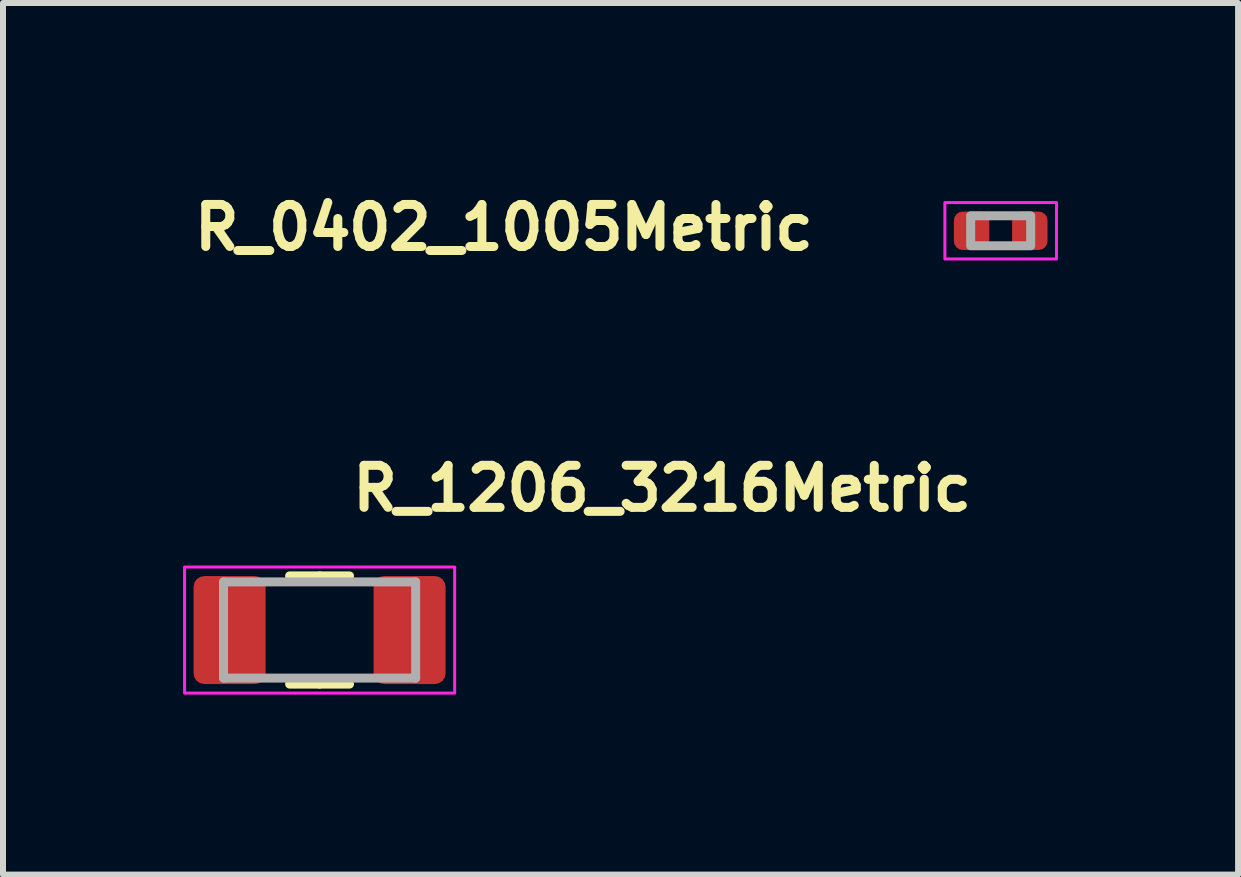
<source format=kicad_pcb>
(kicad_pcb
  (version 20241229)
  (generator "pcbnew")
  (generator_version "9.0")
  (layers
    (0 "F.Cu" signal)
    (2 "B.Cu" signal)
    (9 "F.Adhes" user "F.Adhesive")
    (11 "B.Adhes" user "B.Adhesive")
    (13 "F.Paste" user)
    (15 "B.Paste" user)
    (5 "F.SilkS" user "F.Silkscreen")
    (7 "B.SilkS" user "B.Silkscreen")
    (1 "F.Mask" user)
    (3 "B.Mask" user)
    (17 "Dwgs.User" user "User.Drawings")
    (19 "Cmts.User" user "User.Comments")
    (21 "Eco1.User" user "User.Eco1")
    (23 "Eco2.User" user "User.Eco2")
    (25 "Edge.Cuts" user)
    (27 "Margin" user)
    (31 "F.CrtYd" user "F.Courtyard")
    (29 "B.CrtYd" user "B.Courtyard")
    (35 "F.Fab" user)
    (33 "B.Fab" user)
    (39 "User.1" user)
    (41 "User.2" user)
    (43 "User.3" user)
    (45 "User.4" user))
  (footprint "R_1206_3216Metric"
    (layer "F.Cu")
    (at 2.275 7.447)
    (property "Reference" "R_1206_3216Metric" (at 0.475 -1.951 0) (layer "F.SilkS") (effects (font (size 0.7 0.7) (thickness 0.15)) (justify left bottom)))
    (attr smd)
    (fp_line (start 0 -0.902) (end -0.5 -0.902) (stroke (width 0.15) (type solid)) (layer "F.SilkS"))
    (fp_line (start 0 -0.902) (end 0.498 -0.902) (stroke (width 0.15) (type solid)) (layer "F.SilkS"))
    (fp_line (start 0 0.9) (end -0.5 0.9) (stroke (width 0.15) (type solid)) (layer "F.SilkS"))
    (fp_line (start 0 0.9) (end 0.498 0.9) (stroke (width 0.15) (type solid)) (layer "F.SilkS"))
    (fp_rect (start -2.25 -1.05) (end 2.25 1.05) (stroke (width 0.05) (type solid)) (fill no) (layer "F.CrtYd"))
    (fp_line (start -1.601 -0.802) (end -1.601 0.8) (stroke (width 0.15) (type solid)) (layer "F.Fab"))
    (fp_line (start -1.601 -0.802) (end 1.6 -0.802) (stroke (width 0.15) (type solid)) (layer "F.Fab"))
    (fp_line (start -1.601 0.8) (end 1.6 0.8) (stroke (width 0.15) (type solid)) (layer "F.Fab"))
    (fp_line (start 1.6 -0.802) (end 1.6 0.8) (stroke (width 0.15) (type solid)) (layer "F.Fab"))
    (fp_rect (start -1.601 -0.802) (end 1.6 0.8) (stroke (width 0.1) (type solid)) (fill no) (layer "User.5"))
    (fp_line (start -1.601 -0.802) (end -1.401 -0.802) (stroke (width 0.02) (type solid)) (layer "User.9"))
    (fp_line (start -1.601 0.8) (end -1.601 -0.802) (stroke (width 0.02) (type solid)) (layer "User.9"))
    (fp_line (start -1.601 0.8) (end -1.401 0.8) (stroke (width 0.02) (type solid)) (layer "User.9"))
    (fp_line (start -1.401 0.8) (end -1.101 0.8) (stroke (width 0.02) (type solid)) (layer "User.9"))
    (fp_line (start -1.101 -0.802) (end -1.401 -0.802) (stroke (width 0.02) (type solid)) (layer "User.9"))
    (fp_line (start -1.101 -0.802) (end -1.101 0.8) (stroke (width 0.02) (type solid)) (layer "User.9"))
    (fp_line (start -1.101 0.65) (end -1.101 -0.652) (stroke (width 0.02) (type solid)) (layer "User.9"))
    (fp_line (start 1.1 -0.802) (end -1.101 -0.802) (stroke (width 0.02) (type solid)) (layer "User.9"))
    (fp_line (start 1.1 -0.802) (end 1.1 0.8) (stroke (width 0.02) (type solid)) (layer "User.9"))
    (fp_line (start 1.1 0.65) (end 1.1 -0.652) (stroke (width 0.02) (type solid)) (layer "User.9"))
    (fp_line (start 1.1 0.8) (end -1.101 0.8) (stroke (width 0.02) (type solid)) (layer "User.9"))
    (fp_line (start 1.1 0.8) (end 1.398 0.8) (stroke (width 0.02) (type solid)) (layer "User.9"))
    (fp_line (start 1.398 -0.802) (end 1.1 -0.802) (stroke (width 0.02) (type solid)) (layer "User.9"))
    (fp_line (start 1.6 -0.802) (end 1.398 -0.802) (stroke (width 0.02) (type solid)) (layer "User.9"))
    (fp_line (start 1.6 0.8) (end 1.398 0.8) (stroke (width 0.02) (type solid)) (layer "User.9"))
    (fp_line (start 1.6 0.8) (end 1.6 -0.802) (stroke (width 0.02) (type solid)) (layer "User.9"))
    (pad "1" smd roundrect (at -1.5 0) (size 1.2 1.8) (layers "F.Cu" "F.Mask" "F.Paste") (roundrect_rratio 0.15))
    (pad "2" smd roundrect (at 1.499 0) (size 1.2 1.8) (layers "F.Cu" "F.Mask" "F.Paste") (roundrect_rratio 0.15)))
  (footprint "R_0402_1005Metric"
    (layer "F.Cu")
    (at 13.622 0.795)
    (property "Reference" "R_0402_1005Metric" (at -3.045 0.355 0) (layer "F.SilkS") (effects (font (size 0.7 0.7) (thickness 0.15)) (justify right bottom)))
    (attr smd)
    (fp_rect (start -0.93 -0.47) (end 0.93 0.47) (stroke (width 0.05) (type solid)) (fill no) (layer "F.CrtYd"))
    (fp_rect (start -0.5 -0.25) (end 0.5 0.25) (stroke (width 0.15) (type solid)) (fill no) (layer "F.Fab"))
    (fp_rect (start -0.5 -0.25) (end 0.5 0.25) (stroke (width 0.1) (type solid)) (fill no) (layer "User.5"))
    (fp_line (start -0.5 0.248) (end -0.5 -0.25) (stroke (width 0.02) (type solid)) (layer "User.9"))
    (fp_line (start -0.25 -0.25) (end -0.5 -0.25) (stroke (width 0.02) (type solid)) (layer "User.9"))
    (fp_line (start -0.25 0.248) (end -0.5 0.248) (stroke (width 0.02) (type solid)) (layer "User.9"))
    (fp_line (start -0.25 0.248) (end -0.25 -0.25) (stroke (width 0.02) (type solid)) (layer "User.9"))
    (fp_line (start 0.248 -0.25) (end 0.248 0.248) (stroke (width 0.02) (type solid)) (layer "User.9"))
    (fp_line (start 0.248 -0.232) (end -0.25 -0.232) (stroke (width 0.02) (type solid)) (layer "User.9"))
    (fp_line (start 0.248 0.23) (end -0.25 0.23) (stroke (width 0.02) (type solid)) (layer "User.9"))
    (fp_line (start 0.248 0.248) (end 0.498 0.248) (stroke (width 0.02) (type solid)) (layer "User.9"))
    (fp_line (start 0.498 -0.25) (end 0.248 -0.25) (stroke (width 0.02) (type solid)) (layer "User.9"))
    (fp_line (start 0.498 0.248) (end 0.498 -0.25) (stroke (width 0.02) (type solid)) (layer "User.9"))
    (pad "1" smd roundrect (at -0.485 0 180) (size 0.59 0.64) (layers "F.Cu" "F.Mask" "F.Paste") (roundrect_rratio 0.25))
    (pad "2" smd roundrect (at 0.485 0 180) (size 0.59 0.64) (layers "F.Cu" "F.Mask" "F.Paste") (roundrect_rratio 0.25)))
  (gr_rect
    (start -3 -3)
    (end 17.577 11.521)
    (stroke (width 0.1) (type default))
    (fill no)
    (layer "Edge.Cuts")))
</source>
